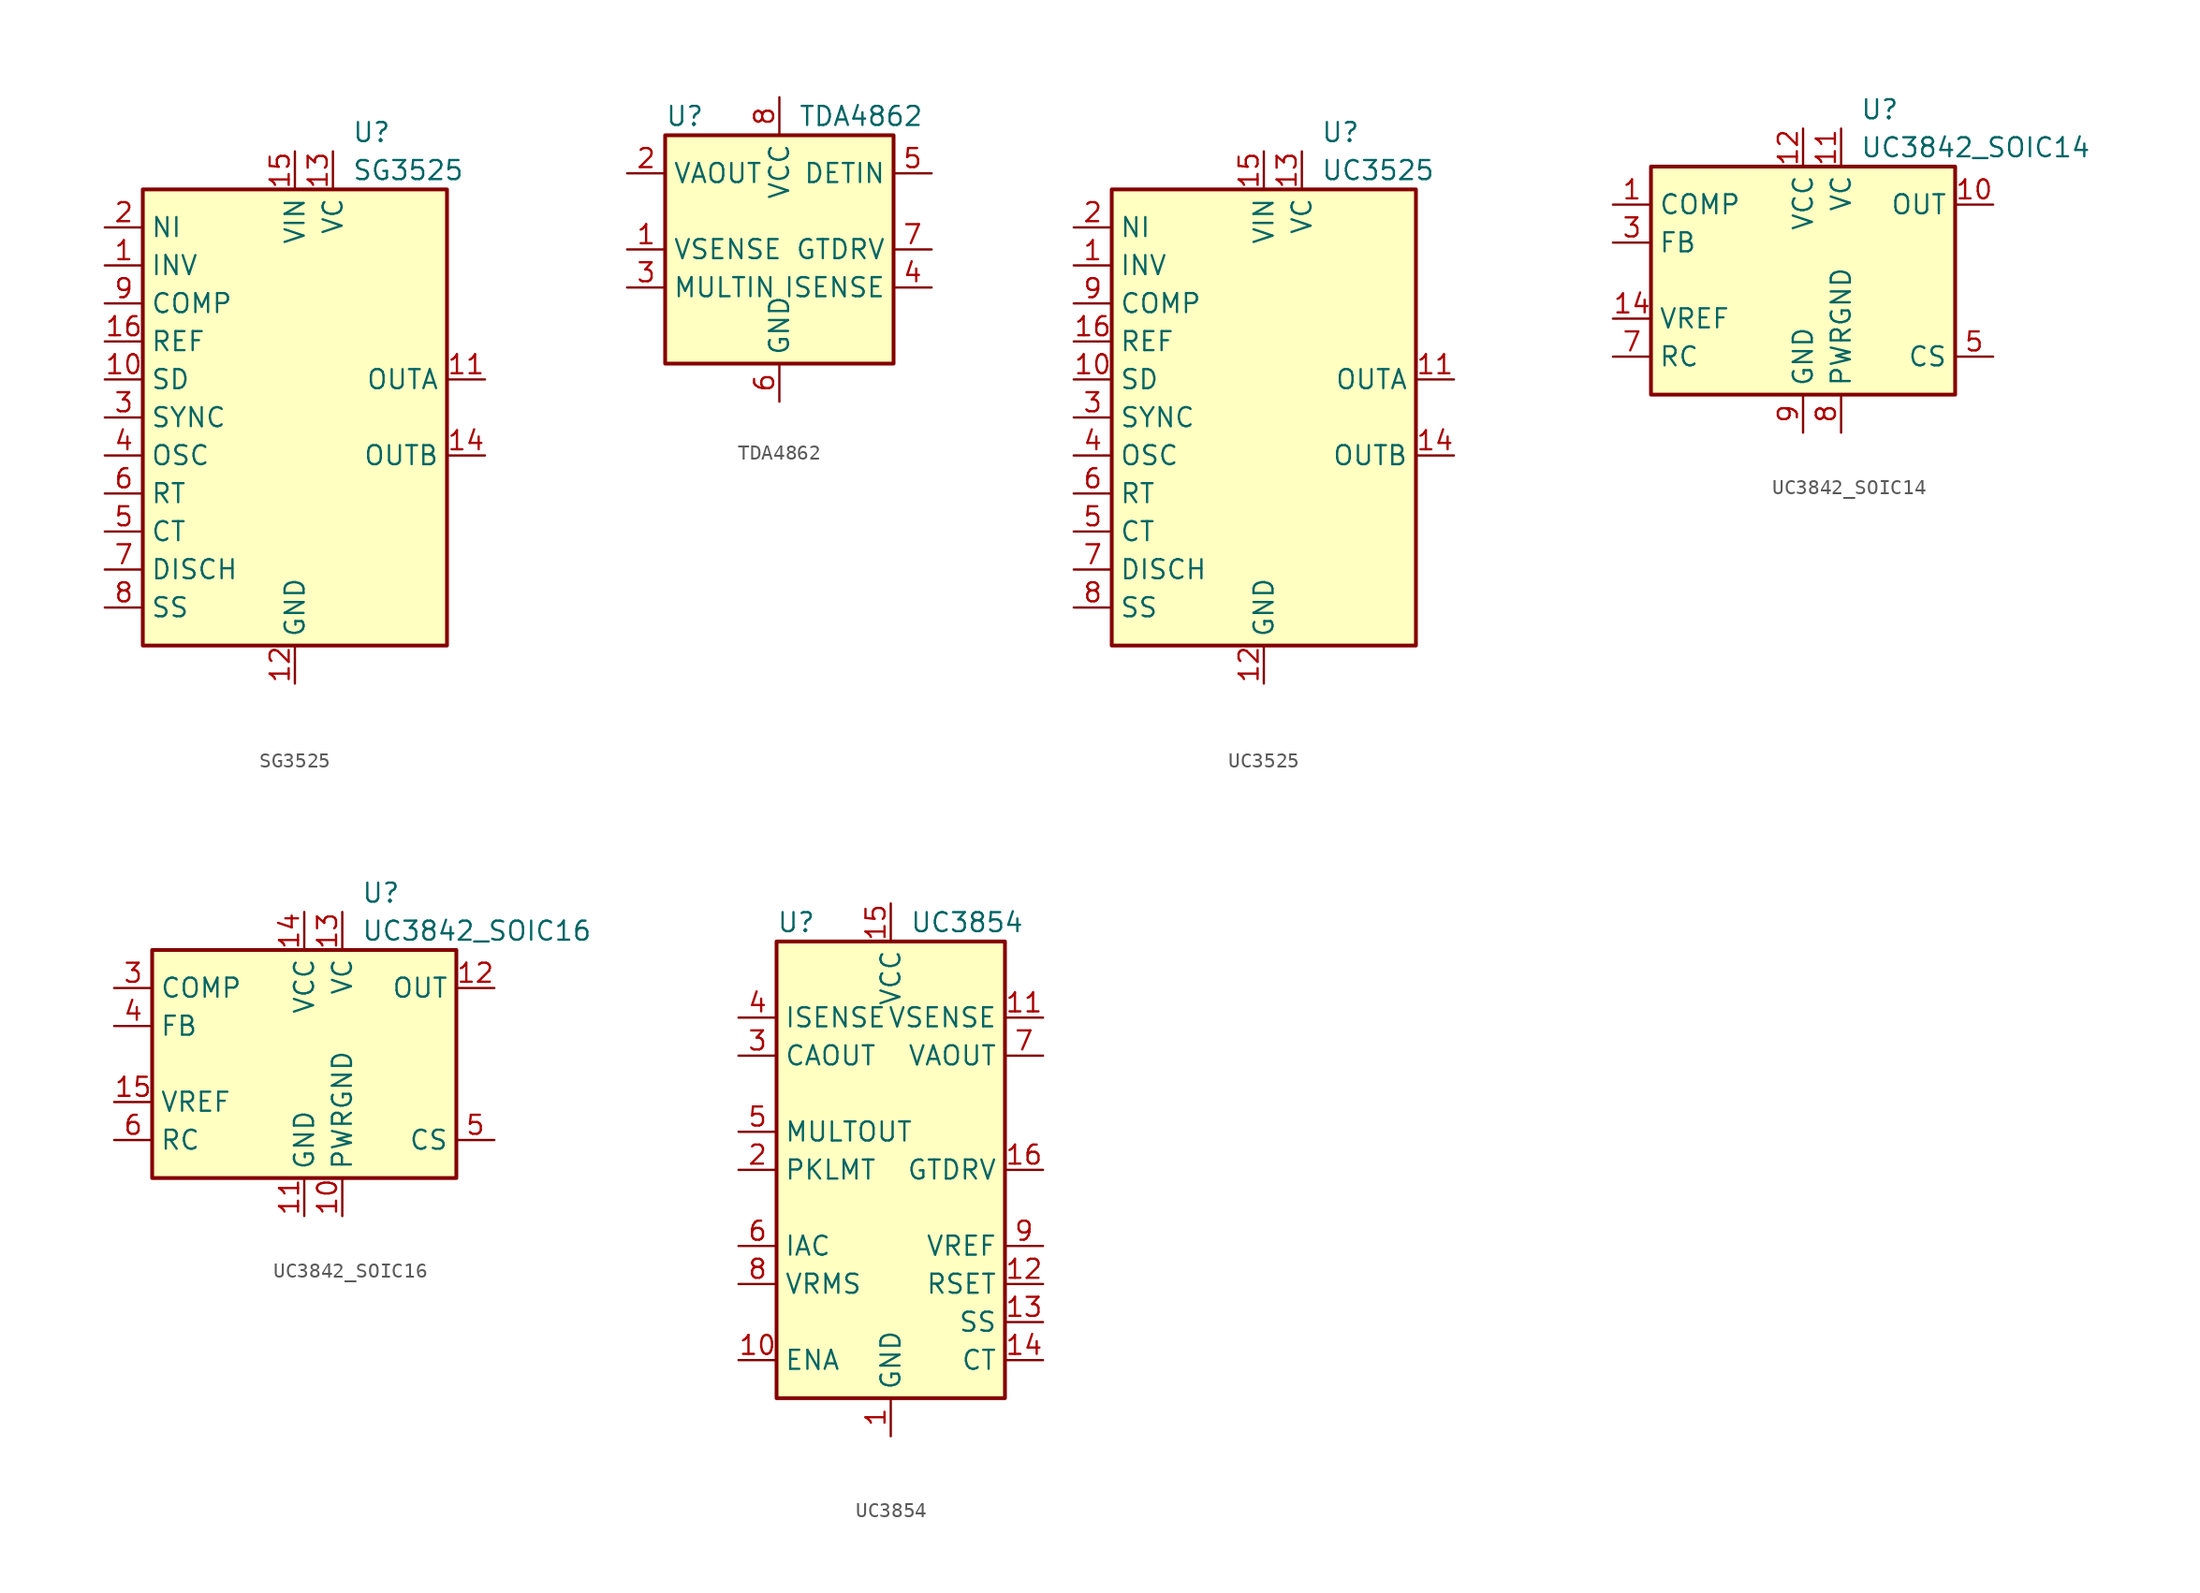
<source format=kicad_sym>
(kicad_symbol_lib
  (version 20220914)
  (generator kicad_symbol_editor)
  (symbol "SG3525"
    (property "Reference" "U"
      (at 3.81 19.05 0)
      (effects (font (size 1.27 1.27)) (justify left)))
    (property "Value" "SG3525"
      (at 3.81 16.51 0)
      (effects (font (size 1.27 1.27)) (justify left)))
    (symbol "SG3525_0_1"
      (rectangle (start -10.16 -15.24) (end 10.16 15.24) (stroke (width 0.254) (type default)) (fill (type background))))
    (symbol "SG3525_1_1"
      (pin input line (at -12.7 10.16 0) (length 2.54) (name "INV" (effects (font (size 1.27 1.27)))) (number "1" (effects (font (size 1.27 1.27)))))
      (pin passive line (at -12.7 2.54 0) (length 2.54) (name "SD" (effects (font (size 1.27 1.27)))) (number "10" (effects (font (size 1.27 1.27)))))
      (pin output line (at 12.7 2.54 180) (length 2.54) (name "OUTA" (effects (font (size 1.27 1.27)))) (number "11" (effects (font (size 1.27 1.27)))))
      (pin power_in line (at 0 -17.78 90) (length 2.54) (name "GND" (effects (font (size 1.27 1.27)))) (number "12" (effects (font (size 1.27 1.27)))))
      (pin power_in line (at 2.54 17.78 270) (length 2.54) (name "VC" (effects (font (size 1.27 1.27)))) (number "13" (effects (font (size 1.27 1.27)))))
      (pin output line (at 12.7 -2.54 180) (length 2.54) (name "OUTB" (effects (font (size 1.27 1.27)))) (number "14" (effects (font (size 1.27 1.27)))))
      (pin power_in line (at 0 17.78 270) (length 2.54) (name "VIN" (effects (font (size 1.27 1.27)))) (number "15" (effects (font (size 1.27 1.27)))))
      (pin power_in line (at -12.7 5.08 0) (length 2.54) (name "REF" (effects (font (size 1.27 1.27)))) (number "16" (effects (font (size 1.27 1.27)))))
      (pin input line (at -12.7 12.7 0) (length 2.54) (name "NI" (effects (font (size 1.27 1.27)))) (number "2" (effects (font (size 1.27 1.27)))))
      (pin passive line (at -12.7 0 0) (length 2.54) (name "SYNC" (effects (font (size 1.27 1.27)))) (number "3" (effects (font (size 1.27 1.27)))))
      (pin output line (at -12.7 -2.54 0) (length 2.54) (name "OSC" (effects (font (size 1.27 1.27)))) (number "4" (effects (font (size 1.27 1.27)))))
      (pin passive line (at -12.7 -7.62 0) (length 2.54) (name "CT" (effects (font (size 1.27 1.27)))) (number "5" (effects (font (size 1.27 1.27)))))
      (pin passive line (at -12.7 -5.08 0) (length 2.54) (name "RT" (effects (font (size 1.27 1.27)))) (number "6" (effects (font (size 1.27 1.27)))))
      (pin open_collector line (at -12.7 -10.16 0) (length 2.54) (name "DISCH" (effects (font (size 1.27 1.27)))) (number "7" (effects (font (size 1.27 1.27)))))
      (pin passive line (at -12.7 -12.7 0) (length 2.54) (name "SS" (effects (font (size 1.27 1.27)))) (number "8" (effects (font (size 1.27 1.27)))))
      (pin passive line (at -12.7 7.62 0) (length 2.54) (name "COMP" (effects (font (size 1.27 1.27)))) (number "9" (effects (font (size 1.27 1.27)))))))
  (symbol "TDA4862"
    (property "Reference" "U"
      (at -7.62 8.89 0)
      (effects (font (size 1.27 1.27)) (justify left)))
    (property "Value" "TDA4862"
      (at 1.27 8.89 0)
      (effects (font (size 1.27 1.27)) (justify left)))
    (symbol "TDA4862_0_0"
      (rectangle (start -7.62 7.62) (end 7.62 -7.62) (stroke (width 0.254) (type default)) (fill (type background))))
    (symbol "TDA4862_1_1"
      (pin input line (at -10.16 0 0) (length 2.54) (name "VSENSE" (effects (font (size 1.27 1.27)))) (number "1" (effects (font (size 1.27 1.27)))))
      (pin output line (at -10.16 5.08 0) (length 2.54) (name "VAOUT" (effects (font (size 1.27 1.27)))) (number "2" (effects (font (size 1.27 1.27)))))
      (pin input line (at -10.16 -2.54 0) (length 2.54) (name "MULTIN" (effects (font (size 1.27 1.27)))) (number "3" (effects (font (size 1.27 1.27)))))
      (pin input line (at 10.16 -2.54 180) (length 2.54) (name "ISENSE" (effects (font (size 1.27 1.27)))) (number "4" (effects (font (size 1.27 1.27)))))
      (pin passive line (at 10.16 5.08 180) (length 2.54) (name "DETIN" (effects (font (size 1.27 1.27)))) (number "5" (effects (font (size 1.27 1.27)))))
      (pin power_in line (at 0 -10.16 90) (length 2.54) (name "GND" (effects (font (size 1.27 1.27)))) (number "6" (effects (font (size 1.27 1.27)))))
      (pin output line (at 10.16 0 180) (length 2.54) (name "GTDRV" (effects (font (size 1.27 1.27)))) (number "7" (effects (font (size 1.27 1.27)))))
      (pin power_in line (at 0 10.16 270) (length 2.54) (name "VCC" (effects (font (size 1.27 1.27)))) (number "8" (effects (font (size 1.27 1.27)))))))
  (symbol "UC3525"
    (property "Reference" "U"
      (at 3.81 19.05 0)
      (effects (font (size 1.27 1.27)) (justify left)))
    (property "Value" "UC3525"
      (at 3.81 16.51 0)
      (effects (font (size 1.27 1.27)) (justify left)))
    (symbol "UC3525_0_1"
      (rectangle (start -10.16 -15.24) (end 10.16 15.24) (stroke (width 0.254) (type default)) (fill (type background))))
    (symbol "UC3525_1_1"
      (pin input line (at -12.7 10.16 0) (length 2.54) (name "INV" (effects (font (size 1.27 1.27)))) (number "1" (effects (font (size 1.27 1.27)))))
      (pin passive line (at -12.7 2.54 0) (length 2.54) (name "SD" (effects (font (size 1.27 1.27)))) (number "10" (effects (font (size 1.27 1.27)))))
      (pin output line (at 12.7 2.54 180) (length 2.54) (name "OUTA" (effects (font (size 1.27 1.27)))) (number "11" (effects (font (size 1.27 1.27)))))
      (pin power_in line (at 0 -17.78 90) (length 2.54) (name "GND" (effects (font (size 1.27 1.27)))) (number "12" (effects (font (size 1.27 1.27)))))
      (pin power_in line (at 2.54 17.78 270) (length 2.54) (name "VC" (effects (font (size 1.27 1.27)))) (number "13" (effects (font (size 1.27 1.27)))))
      (pin output line (at 12.7 -2.54 180) (length 2.54) (name "OUTB" (effects (font (size 1.27 1.27)))) (number "14" (effects (font (size 1.27 1.27)))))
      (pin power_in line (at 0 17.78 270) (length 2.54) (name "VIN" (effects (font (size 1.27 1.27)))) (number "15" (effects (font (size 1.27 1.27)))))
      (pin power_in line (at -12.7 5.08 0) (length 2.54) (name "REF" (effects (font (size 1.27 1.27)))) (number "16" (effects (font (size 1.27 1.27)))))
      (pin input line (at -12.7 12.7 0) (length 2.54) (name "NI" (effects (font (size 1.27 1.27)))) (number "2" (effects (font (size 1.27 1.27)))))
      (pin passive line (at -12.7 0 0) (length 2.54) (name "SYNC" (effects (font (size 1.27 1.27)))) (number "3" (effects (font (size 1.27 1.27)))))
      (pin output line (at -12.7 -2.54 0) (length 2.54) (name "OSC" (effects (font (size 1.27 1.27)))) (number "4" (effects (font (size 1.27 1.27)))))
      (pin passive line (at -12.7 -7.62 0) (length 2.54) (name "CT" (effects (font (size 1.27 1.27)))) (number "5" (effects (font (size 1.27 1.27)))))
      (pin passive line (at -12.7 -5.08 0) (length 2.54) (name "RT" (effects (font (size 1.27 1.27)))) (number "6" (effects (font (size 1.27 1.27)))))
      (pin open_collector line (at -12.7 -10.16 0) (length 2.54) (name "DISCH" (effects (font (size 1.27 1.27)))) (number "7" (effects (font (size 1.27 1.27)))))
      (pin passive line (at -12.7 -12.7 0) (length 2.54) (name "SS" (effects (font (size 1.27 1.27)))) (number "8" (effects (font (size 1.27 1.27)))))
      (pin passive line (at -12.7 7.62 0) (length 2.54) (name "COMP" (effects (font (size 1.27 1.27)))) (number "9" (effects (font (size 1.27 1.27)))))))
  (symbol "UC3842_SOIC14"
    (property "Reference" "U"
      (at 3.81 11.43 0)
      (effects (font (size 1.27 1.27)) (justify left)))
    (property "Value" "UC3842_SOIC14"
      (at 3.81 8.89 0)
      (effects (font (size 1.27 1.27)) (justify left)))
    (symbol "UC3842_SOIC14_0_1"
      (rectangle (start -10.16 -7.62) (end 10.16 7.62) (stroke (width 0.254) (type default)) (fill (type background))))
    (symbol "UC3842_SOIC14_1_1"
      (pin passive line (at -12.7 5.08 0) (length 2.54) (name "COMP" (effects (font (size 1.27 1.27)))) (number "1" (effects (font (size 1.27 1.27)))))
      (pin output line (at 12.7 5.08 180) (length 2.54) (name "OUT" (effects (font (size 1.27 1.27)))) (number "10" (effects (font (size 1.27 1.27)))))
      (pin power_in line (at 2.54 10.16 270) (length 2.54) (name "VC" (effects (font (size 1.27 1.27)))) (number "11" (effects (font (size 1.27 1.27)))))
      (pin power_in line (at 0 10.16 270) (length 2.54) (name "VCC" (effects (font (size 1.27 1.27)))) (number "12" (effects (font (size 1.27 1.27)))))
      (pin no_connect line (at -2.54 -7.62 90) (length 2.54) hide (name "NC" (effects (font (size 1.27 1.27)))) (number "13" (effects (font (size 1.27 1.27)))))
      (pin power_out line (at -12.7 -2.54 0) (length 2.54) (name "VREF" (effects (font (size 1.27 1.27)))) (number "14" (effects (font (size 1.27 1.27)))))
      (pin no_connect line (at -10.16 -7.62 90) (length 2.54) hide (name "NC" (effects (font (size 1.27 1.27)))) (number "2" (effects (font (size 1.27 1.27)))))
      (pin input line (at -12.7 2.54 0) (length 2.54) (name "FB" (effects (font (size 1.27 1.27)))) (number "3" (effects (font (size 1.27 1.27)))))
      (pin no_connect line (at -7.62 -7.62 90) (length 2.54) hide (name "NC" (effects (font (size 1.27 1.27)))) (number "4" (effects (font (size 1.27 1.27)))))
      (pin input line (at 12.7 -5.08 180) (length 2.54) (name "CS" (effects (font (size 1.27 1.27)))) (number "5" (effects (font (size 1.27 1.27)))))
      (pin no_connect line (at -5.08 -7.62 90) (length 2.54) hide (name "NC" (effects (font (size 1.27 1.27)))) (number "6" (effects (font (size 1.27 1.27)))))
      (pin passive line (at -12.7 -5.08 0) (length 2.54) (name "RC" (effects (font (size 1.27 1.27)))) (number "7" (effects (font (size 1.27 1.27)))))
      (pin power_in line (at 2.54 -10.16 90) (length 2.54) (name "PWRGND" (effects (font (size 1.27 1.27)))) (number "8" (effects (font (size 1.27 1.27)))))
      (pin power_in line (at 0 -10.16 90) (length 2.54) (name "GND" (effects (font (size 1.27 1.27)))) (number "9" (effects (font (size 1.27 1.27)))))))
  (symbol "UC3842_SOIC16"
    (property "Reference" "U"
      (at 3.81 11.43 0)
      (effects (font (size 1.27 1.27)) (justify left)))
    (property "Value" "UC3842_SOIC16"
      (at 3.81 8.89 0)
      (effects (font (size 1.27 1.27)) (justify left)))
    (symbol "UC3842_SOIC16_0_1"
      (rectangle (start -10.16 -7.62) (end 10.16 7.62) (stroke (width 0.254) (type default)) (fill (type background))))
    (symbol "UC3842_SOIC16_1_1"
      (pin no_connect line (at -10.16 -7.62 90) (length 2.54) hide (name "NC" (effects (font (size 1.27 1.27)))) (number "1" (effects (font (size 1.27 1.27)))))
      (pin power_in line (at 2.54 -10.16 90) (length 2.54) (name "PWRGND" (effects (font (size 1.27 1.27)))) (number "10" (effects (font (size 1.27 1.27)))))
      (pin power_in line (at 0 -10.16 90) (length 2.54) (name "GND" (effects (font (size 1.27 1.27)))) (number "11" (effects (font (size 1.27 1.27)))))
      (pin output line (at 12.7 5.08 180) (length 2.54) (name "OUT" (effects (font (size 1.27 1.27)))) (number "12" (effects (font (size 1.27 1.27)))))
      (pin power_in line (at 2.54 10.16 270) (length 2.54) (name "VC" (effects (font (size 1.27 1.27)))) (number "13" (effects (font (size 1.27 1.27)))))
      (pin power_in line (at 0 10.16 270) (length 2.54) (name "VCC" (effects (font (size 1.27 1.27)))) (number "14" (effects (font (size 1.27 1.27)))))
      (pin power_out line (at -12.7 -2.54 0) (length 2.54) (name "VREF" (effects (font (size 1.27 1.27)))) (number "15" (effects (font (size 1.27 1.27)))))
      (pin no_connect line (at 7.62 -7.62 90) (length 2.54) hide (name "NC" (effects (font (size 1.27 1.27)))) (number "16" (effects (font (size 1.27 1.27)))))
      (pin no_connect line (at -7.62 -7.62 90) (length 2.54) hide (name "NC" (effects (font (size 1.27 1.27)))) (number "2" (effects (font (size 1.27 1.27)))))
      (pin passive line (at -12.7 5.08 0) (length 2.54) (name "COMP" (effects (font (size 1.27 1.27)))) (number "3" (effects (font (size 1.27 1.27)))))
      (pin input line (at -12.7 2.54 0) (length 2.54) (name "FB" (effects (font (size 1.27 1.27)))) (number "4" (effects (font (size 1.27 1.27)))))
      (pin input line (at 12.7 -5.08 180) (length 2.54) (name "CS" (effects (font (size 1.27 1.27)))) (number "5" (effects (font (size 1.27 1.27)))))
      (pin passive line (at -12.7 -5.08 0) (length 2.54) (name "RC" (effects (font (size 1.27 1.27)))) (number "6" (effects (font (size 1.27 1.27)))))
      (pin no_connect line (at -5.08 -7.62 90) (length 2.54) hide (name "NC" (effects (font (size 1.27 1.27)))) (number "7" (effects (font (size 1.27 1.27)))))
      (pin no_connect line (at -2.54 -7.62 90) (length 2.54) hide (name "NC" (effects (font (size 1.27 1.27)))) (number "8" (effects (font (size 1.27 1.27)))))
      (pin no_connect line (at 5.08 -7.62 90) (length 2.54) hide (name "NC" (effects (font (size 1.27 1.27)))) (number "9" (effects (font (size 1.27 1.27)))))))
  (symbol "UC3854"
    (property "Reference" "U"
      (at -7.62 16.51 0)
      (effects (font (size 1.27 1.27)) (justify left)))
    (property "Value" "UC3854"
      (at 1.27 16.51 0)
      (effects (font (size 1.27 1.27)) (justify left)))
    (symbol "UC3854_0_0"
      (rectangle (start -7.62 15.24) (end 7.62 -15.24) (stroke (width 0.254) (type default)) (fill (type background))))
    (symbol "UC3854_1_1"
      (pin power_in line (at 0 -17.78 90) (length 2.54) (name "GND" (effects (font (size 1.27 1.27)))) (number "1" (effects (font (size 1.27 1.27)))))
      (pin input line (at -10.16 -12.7 0) (length 2.54) (name "ENA" (effects (font (size 1.27 1.27)))) (number "10" (effects (font (size 1.27 1.27)))))
      (pin input line (at 10.16 10.16 180) (length 2.54) (name "VSENSE" (effects (font (size 1.27 1.27)))) (number "11" (effects (font (size 1.27 1.27)))))
      (pin passive line (at 10.16 -7.62 180) (length 2.54) (name "RSET" (effects (font (size 1.27 1.27)))) (number "12" (effects (font (size 1.27 1.27)))))
      (pin passive line (at 10.16 -10.16 180) (length 2.54) (name "SS" (effects (font (size 1.27 1.27)))) (number "13" (effects (font (size 1.27 1.27)))))
      (pin passive line (at 10.16 -12.7 180) (length 2.54) (name "CT" (effects (font (size 1.27 1.27)))) (number "14" (effects (font (size 1.27 1.27)))))
      (pin power_in line (at 0 17.78 270) (length 2.54) (name "VCC" (effects (font (size 1.27 1.27)))) (number "15" (effects (font (size 1.27 1.27)))))
      (pin output line (at 10.16 0 180) (length 2.54) (name "GTDRV" (effects (font (size 1.27 1.27)))) (number "16" (effects (font (size 1.27 1.27)))))
      (pin input line (at -10.16 0 0) (length 2.54) (name "PKLMT" (effects (font (size 1.27 1.27)))) (number "2" (effects (font (size 1.27 1.27)))))
      (pin output line (at -10.16 7.62 0) (length 2.54) (name "CAOUT" (effects (font (size 1.27 1.27)))) (number "3" (effects (font (size 1.27 1.27)))))
      (pin input line (at -10.16 10.16 0) (length 2.54) (name "ISENSE" (effects (font (size 1.27 1.27)))) (number "4" (effects (font (size 1.27 1.27)))))
      (pin passive line (at -10.16 2.54 0) (length 2.54) (name "MULTOUT" (effects (font (size 1.27 1.27)))) (number "5" (effects (font (size 1.27 1.27)))))
      (pin input line (at -10.16 -5.08 0) (length 2.54) (name "IAC" (effects (font (size 1.27 1.27)))) (number "6" (effects (font (size 1.27 1.27)))))
      (pin output line (at 10.16 7.62 180) (length 2.54) (name "VAOUT" (effects (font (size 1.27 1.27)))) (number "7" (effects (font (size 1.27 1.27)))))
      (pin input line (at -10.16 -7.62 0) (length 2.54) (name "VRMS" (effects (font (size 1.27 1.27)))) (number "8" (effects (font (size 1.27 1.27)))))
      (pin output line (at 10.16 -5.08 180) (length 2.54) (name "VREF" (effects (font (size 1.27 1.27)))) (number "9" (effects (font (size 1.27 1.27))))))))
</source>
